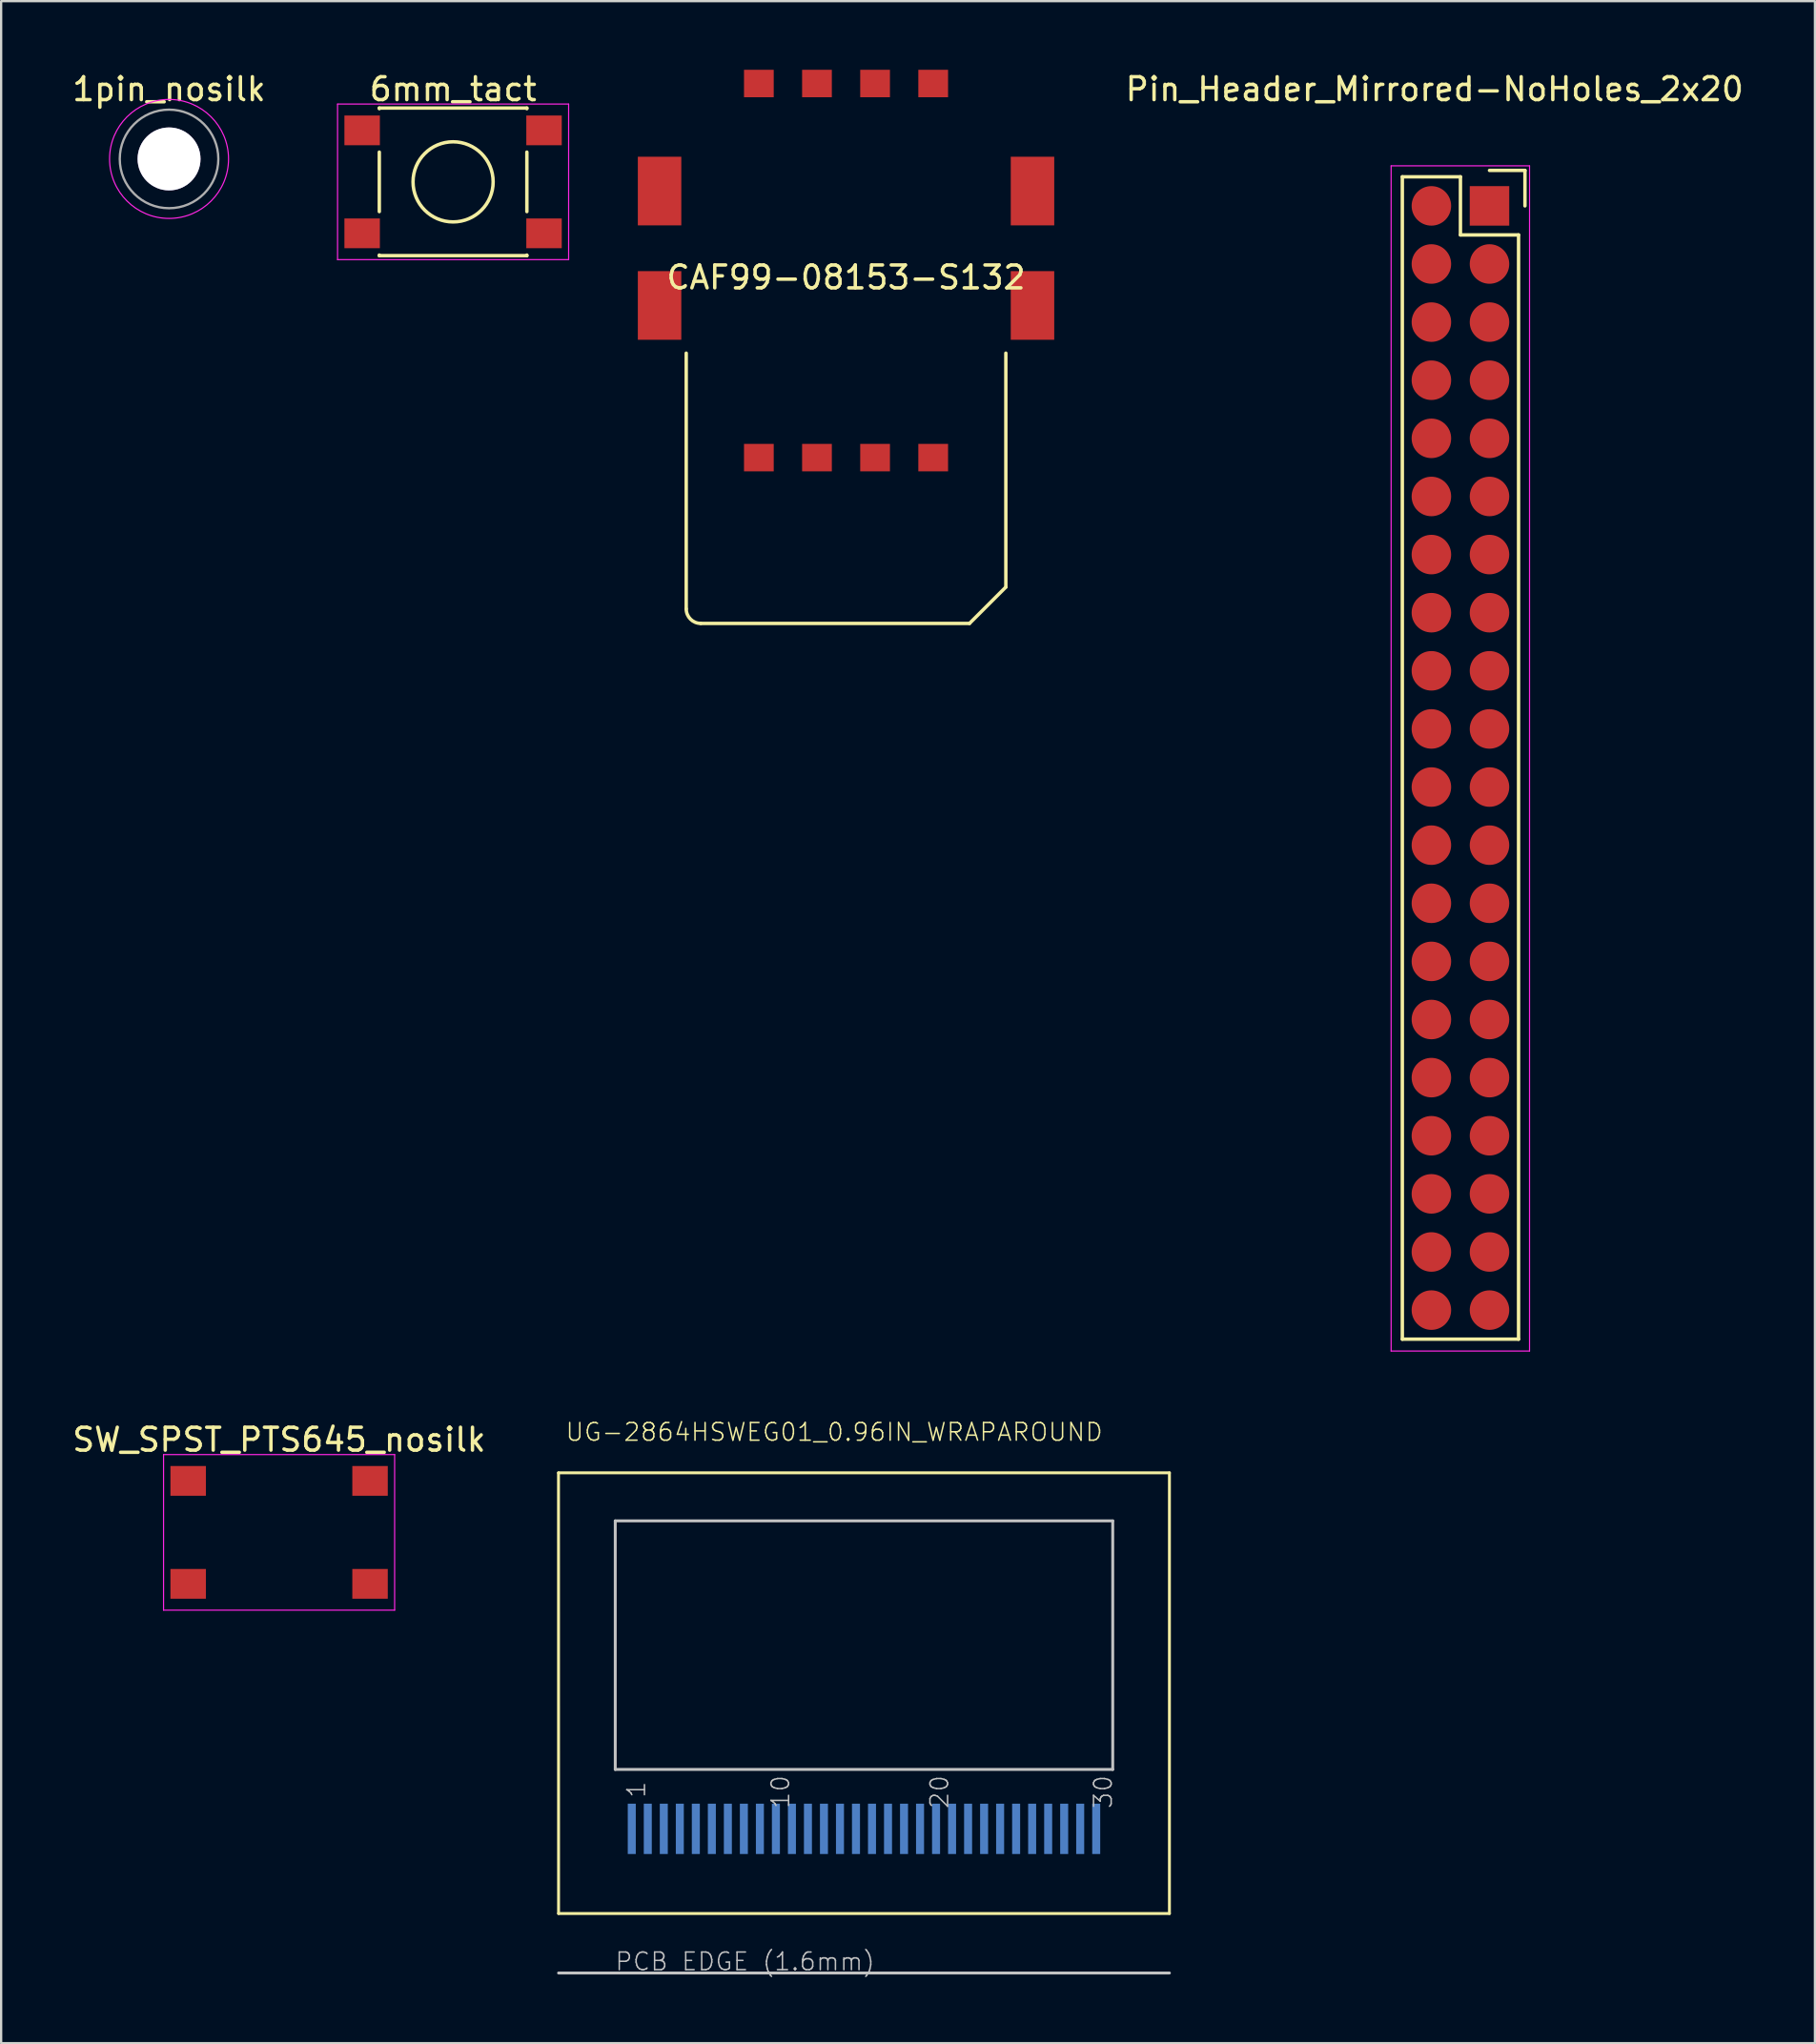
<source format=kicad_pcb>
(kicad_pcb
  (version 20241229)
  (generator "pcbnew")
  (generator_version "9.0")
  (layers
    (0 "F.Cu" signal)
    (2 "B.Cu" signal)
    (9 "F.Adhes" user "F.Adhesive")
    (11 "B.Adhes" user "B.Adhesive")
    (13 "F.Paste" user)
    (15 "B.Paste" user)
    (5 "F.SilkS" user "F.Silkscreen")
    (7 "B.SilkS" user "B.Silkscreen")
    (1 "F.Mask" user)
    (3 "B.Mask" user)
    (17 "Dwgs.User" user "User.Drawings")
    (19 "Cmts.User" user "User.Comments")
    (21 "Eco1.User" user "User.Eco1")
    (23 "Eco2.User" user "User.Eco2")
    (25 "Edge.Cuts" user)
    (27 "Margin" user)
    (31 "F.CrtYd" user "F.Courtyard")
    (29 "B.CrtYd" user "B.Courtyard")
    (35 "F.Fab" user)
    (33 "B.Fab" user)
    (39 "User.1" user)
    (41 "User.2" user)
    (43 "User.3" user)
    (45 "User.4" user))
  (footprint "SW_SPST_PTS645_nosilk"
    (layer "F.Cu")
    (at 9.149 63.922)
    (property "Reference" "SW_SPST_PTS645_nosilk" (at 0 -4.05 0) (layer "F.SilkS") (effects (font (size 1 1) (thickness 0.15))))
    (attr smd)
    (fp_line (start -5.05 -3.4) (end -5.05 3.4) (stroke (width 0.05) (type solid)) (layer "F.CrtYd"))
    (fp_line (start -5.05 -3.4) (end 5.05 -3.4) (stroke (width 0.05) (type solid)) (layer "F.CrtYd"))
    (fp_line (start -5.05 3.4) (end 5.05 3.4) (stroke (width 0.05) (type solid)) (layer "F.CrtYd"))
    (fp_line (start 5.05 3.4) (end 5.05 -3.4) (stroke (width 0.05) (type solid)) (layer "F.CrtYd"))
    (pad "1" smd rect (at -3.975 -2.25) (size 1.55 1.3) (layers "F.Cu" "F.Mask" "F.Paste"))
    (pad "1" smd rect (at 3.975 -2.25) (size 1.55 1.3) (layers "F.Cu" "F.Mask" "F.Paste"))
    (pad "2" smd rect (at -3.975 2.25) (size 1.55 1.3) (layers "F.Cu" "F.Mask" "F.Paste"))
    (pad "2" smd rect (at 3.975 2.25) (size 1.55 1.3) (layers "F.Cu" "F.Mask" "F.Paste")))
  (footprint "Pin_Header_Mirrored-NoHoles_2x20"
    (layer "F.Cu")
    (at 59.654 5.948)
    (property "Reference" "Pin_Header_Mirrored-NoHoles_2x20" (at 0 -5.1 0) (layer "F.SilkS") (effects (font (size 1 1) (thickness 0.15))))
    (attr through_hole)
    (fp_line (start -1.41 -1.27) (end 1.13 -1.27) (stroke (width 0.15) (type solid)) (layer "F.SilkS"))
    (fp_line (start -1.41 49.53) (end -1.41 -1.27) (stroke (width 0.15) (type solid)) (layer "F.SilkS"))
    (fp_line (start -1.41 49.53) (end 3.67 49.53) (stroke (width 0.15) (type solid)) (layer "F.SilkS"))
    (fp_line (start 1.13 -1.27) (end 1.13 1.27) (stroke (width 0.15) (type solid)) (layer "F.SilkS"))
    (fp_line (start 1.13 1.27) (end 3.67 1.27) (stroke (width 0.15) (type solid)) (layer "F.SilkS"))
    (fp_line (start 2.4 -1.55) (end 3.95 -1.55) (stroke (width 0.15) (type solid)) (layer "F.SilkS"))
    (fp_line (start 3.67 1.27) (end 3.67 49.53) (stroke (width 0.15) (type solid)) (layer "F.SilkS"))
    (fp_line (start 3.95 -1.55) (end 3.95 0) (stroke (width 0.15) (type solid)) (layer "F.SilkS"))
    (fp_line (start -1.9 -1.75) (end -1.9 50.05) (stroke (width 0.05) (type solid)) (layer "F.CrtYd"))
    (fp_line (start 4.15 -1.75) (end -1.9 -1.75) (stroke (width 0.05) (type solid)) (layer "F.CrtYd"))
    (fp_line (start 4.15 -1.75) (end 4.15 50.05) (stroke (width 0.05) (type solid)) (layer "F.CrtYd"))
    (fp_line (start 4.15 50.05) (end -1.9 50.05) (stroke (width 0.05) (type solid)) (layer "F.CrtYd"))
    (pad "1" smd rect (at 2.4 0 180) (size 1.727 1.727) (layers "F.Cu" "F.Mask" "F.Paste"))
    (pad "2" smd oval (at -0.14 0 180) (size 1.727 1.727) (layers "F.Cu" "F.Mask" "F.Paste"))
    (pad "3" smd oval (at 2.4 2.54 180) (size 1.727 1.727) (layers "F.Cu" "F.Mask" "F.Paste"))
    (pad "4" smd oval (at -0.14 2.54 180) (size 1.727 1.727) (layers "F.Cu" "F.Mask" "F.Paste"))
    (pad "5" smd oval (at 2.4 5.08 180) (size 1.727 1.727) (layers "F.Cu" "F.Mask" "F.Paste"))
    (pad "6" smd oval (at -0.14 5.08 180) (size 1.727 1.727) (layers "F.Cu" "F.Mask" "F.Paste"))
    (pad "7" smd oval (at 2.4 7.62 180) (size 1.727 1.727) (layers "F.Cu" "F.Mask" "F.Paste"))
    (pad "8" smd oval (at -0.14 7.62 180) (size 1.727 1.727) (layers "F.Cu" "F.Mask" "F.Paste"))
    (pad "9" smd oval (at 2.4 10.16 180) (size 1.727 1.727) (layers "F.Cu" "F.Mask" "F.Paste"))
    (pad "10" smd oval (at -0.14 10.16 180) (size 1.727 1.727) (layers "F.Cu" "F.Mask" "F.Paste"))
    (pad "11" smd oval (at 2.4 12.7 180) (size 1.727 1.727) (layers "F.Cu" "F.Mask" "F.Paste"))
    (pad "12" smd oval (at -0.14 12.7 180) (size 1.727 1.727) (layers "F.Cu" "F.Mask" "F.Paste"))
    (pad "13" smd oval (at 2.4 15.24 180) (size 1.727 1.727) (layers "F.Cu" "F.Mask" "F.Paste"))
    (pad "14" smd oval (at -0.14 15.24 180) (size 1.727 1.727) (layers "F.Cu" "F.Mask" "F.Paste"))
    (pad "15" smd oval (at 2.4 17.78 180) (size 1.727 1.727) (layers "F.Cu" "F.Mask" "F.Paste"))
    (pad "16" smd oval (at -0.14 17.78 180) (size 1.727 1.727) (layers "F.Cu" "F.Mask" "F.Paste"))
    (pad "17" smd oval (at 2.4 20.32 180) (size 1.727 1.727) (layers "F.Cu" "F.Mask" "F.Paste"))
    (pad "18" smd oval (at -0.14 20.32 180) (size 1.727 1.727) (layers "F.Cu" "F.Mask" "F.Paste"))
    (pad "19" smd oval (at 2.4 22.86 180) (size 1.727 1.727) (layers "F.Cu" "F.Mask" "F.Paste"))
    (pad "20" smd oval (at -0.14 22.86 180) (size 1.727 1.727) (layers "F.Cu" "F.Mask" "F.Paste"))
    (pad "21" smd oval (at 2.4 25.4 180) (size 1.727 1.727) (layers "F.Cu" "F.Mask" "F.Paste"))
    (pad "22" smd oval (at -0.14 25.4 180) (size 1.727 1.727) (layers "F.Cu" "F.Mask" "F.Paste"))
    (pad "23" smd oval (at 2.4 27.94 180) (size 1.727 1.727) (layers "F.Cu" "F.Mask" "F.Paste"))
    (pad "24" smd oval (at -0.14 27.94 180) (size 1.727 1.727) (layers "F.Cu" "F.Mask" "F.Paste"))
    (pad "25" smd oval (at 2.4 30.48 180) (size 1.727 1.727) (layers "F.Cu" "F.Mask" "F.Paste"))
    (pad "26" smd oval (at -0.14 30.48 180) (size 1.727 1.727) (layers "F.Cu" "F.Mask" "F.Paste"))
    (pad "27" smd oval (at 2.4 33.02 180) (size 1.727 1.727) (layers "F.Cu" "F.Mask" "F.Paste"))
    (pad "28" smd oval (at -0.14 33.02 180) (size 1.727 1.727) (layers "F.Cu" "F.Mask" "F.Paste"))
    (pad "29" smd oval (at 2.4 35.56 180) (size 1.727 1.727) (layers "F.Cu" "F.Mask" "F.Paste"))
    (pad "30" smd oval (at -0.14 35.56 180) (size 1.727 1.727) (layers "F.Cu" "F.Mask" "F.Paste"))
    (pad "31" smd oval (at 2.4 38.1 180) (size 1.727 1.727) (layers "F.Cu" "F.Mask" "F.Paste"))
    (pad "32" smd oval (at -0.14 38.1 180) (size 1.727 1.727) (layers "F.Cu" "F.Mask" "F.Paste"))
    (pad "33" smd oval (at 2.4 40.64 180) (size 1.727 1.727) (layers "F.Cu" "F.Mask" "F.Paste"))
    (pad "34" smd oval (at -0.14 40.64 180) (size 1.727 1.727) (layers "F.Cu" "F.Mask" "F.Paste"))
    (pad "35" smd oval (at 2.4 43.18 180) (size 1.727 1.727) (layers "F.Cu" "F.Mask" "F.Paste"))
    (pad "36" smd oval (at -0.14 43.18 180) (size 1.727 1.727) (layers "F.Cu" "F.Mask" "F.Paste"))
    (pad "37" smd oval (at 2.4 45.72 180) (size 1.727 1.727) (layers "F.Cu" "F.Mask" "F.Paste"))
    (pad "38" smd oval (at -0.14 45.72 180) (size 1.727 1.727) (layers "F.Cu" "F.Mask" "F.Paste"))
    (pad "39" smd oval (at 2.4 48.26 180) (size 1.727 1.727) (layers "F.Cu" "F.Mask" "F.Paste"))
    (pad "40" smd oval (at -0.14 48.26 180) (size 1.727 1.727) (layers "F.Cu" "F.Mask" "F.Paste")))
  (footprint "1pin_nosilk"
    (layer "F.Cu")
    (at 4.339 3.896)
    (property "Reference" "1pin_nosilk" (at 0 -3.048 0) (layer "F.SilkS") (effects (font (size 1 1) (thickness 0.15))))
    (attr through_hole)
    (fp_circle (center 0 0) (end 2.6 0) (stroke (width 0.05) (type solid)) (fill no) (layer "F.CrtYd"))
    (fp_circle (center 0 0) (end 2 0.8) (stroke (width 0.1) (type solid)) (fill no) (layer "F.Fab"))
    (pad "1" thru_hole circle (at 0 0) (size 2.75 2.75) (drill 2.75) (layers "*.Cu" "*.Mask")))
  (footprint "UG-2864HSWEG01_0.96IN_WRAPAROUND"
    (layer "F.Cu")
    (at 34.714 75.68)
    (property "Reference" "UG-2864HSWEG01_0.96IN_WRAPAROUND" (at -13.09 -15.69 0) (layer "F.SilkS") (effects (font (size 0.772 0.772) (thickness 0.065)) (justify left bottom)))
    (attr through_hole)
    (fp_line (start -13.353 -14.36) (end 13.35 -14.36) (stroke (width 0.127) (type solid)) (layer "F.SilkS"))
    (fp_line (start -13.35 4.9) (end -13.353 -14.36) (stroke (width 0.127) (type solid)) (layer "F.SilkS"))
    (fp_line (start 13.35 -14.36) (end 13.35 4.9) (stroke (width 0.127) (type solid)) (layer "F.SilkS"))
    (fp_line (start 13.35 4.9) (end -13.35 4.9) (stroke (width 0.127) (type solid)) (layer "F.SilkS"))
    (fp_line (start -10.872 -12.26) (end 10.872 -12.26) (stroke (width 0.127) (type solid)) (layer "Dwgs.User"))
    (fp_line (start -10.872 -1.396) (end -10.872 -12.26) (stroke (width 0.127) (type solid)) (layer "Dwgs.User"))
    (fp_line (start 10.872 -12.26) (end 10.872 -1.396) (stroke (width 0.127) (type solid)) (layer "Dwgs.User"))
    (fp_line (start 10.872 -1.396) (end -10.872 -1.396) (stroke (width 0.127) (type solid)) (layer "Dwgs.User"))
    (fp_line (start 13.35 7.5) (end -13.35 7.5) (stroke (width 0.127) (type solid)) (layer "Dwgs.User"))
    (fp_text user "20" (at 3.3 -0.412 90) (layer "Dwgs.User") (effects (font (size 0.772 0.772) (thickness 0.065))))
    (fp_text user "30" (at 10.45 -0.412 90) (layer "Dwgs.User") (effects (font (size 0.772 0.772) (thickness 0.065))))
    (fp_text user "PCB EDGE (1.6mm)" (at -5.2 7 0) (layer "Dwgs.User") (effects (font (size 0.772 0.772) (thickness 0.065))))
    (fp_text user "1" (at -9.95 -0.512 90) (layer "Dwgs.User") (effects (font (size 0.772 0.772) (thickness 0.065))))
    (fp_text user "10" (at -3.65 -0.412 90) (layer "Dwgs.User") (effects (font (size 0.772 0.772) (thickness 0.065))))
    (pad "1" smd rect (at -10.15 1.2 90) (size 2.2 0.35) (layers "B.Cu" "B.Mask" "B.Paste"))
    (pad "2" smd rect (at -9.45 1.2 90) (size 2.2 0.35) (layers "B.Cu" "B.Mask" "B.Paste"))
    (pad "3" smd rect (at -8.75 1.2 90) (size 2.2 0.35) (layers "B.Cu" "B.Mask" "B.Paste"))
    (pad "4" smd rect (at -8.05 1.2 90) (size 2.2 0.35) (layers "B.Cu" "B.Mask" "B.Paste"))
    (pad "5" smd rect (at -7.35 1.2 90) (size 2.2 0.35) (layers "B.Cu" "B.Mask" "B.Paste"))
    (pad "6" smd rect (at -6.65 1.2 90) (size 2.2 0.35) (layers "B.Cu" "B.Mask" "B.Paste"))
    (pad "7" smd rect (at -5.95 1.2 90) (size 2.2 0.35) (layers "B.Cu" "B.Mask" "B.Paste"))
    (pad "8" smd rect (at -5.25 1.2 90) (size 2.2 0.35) (layers "B.Cu" "B.Mask" "B.Paste"))
    (pad "9" smd rect (at -4.55 1.2 90) (size 2.2 0.35) (layers "B.Cu" "B.Mask" "B.Paste"))
    (pad "10" smd rect (at -3.85 1.2 90) (size 2.2 0.35) (layers "B.Cu" "B.Mask" "B.Paste"))
    (pad "11" smd rect (at -3.15 1.2 90) (size 2.2 0.35) (layers "B.Cu" "B.Mask" "B.Paste"))
    (pad "12" smd rect (at -2.45 1.2 90) (size 2.2 0.35) (layers "B.Cu" "B.Mask" "B.Paste"))
    (pad "13" smd rect (at -1.75 1.2 90) (size 2.2 0.35) (layers "B.Cu" "B.Mask" "B.Paste"))
    (pad "14" smd rect (at -1.05 1.2 90) (size 2.2 0.35) (layers "B.Cu" "B.Mask" "B.Paste"))
    (pad "15" smd rect (at -0.35 1.2 90) (size 2.2 0.35) (layers "B.Cu" "B.Mask" "B.Paste"))
    (pad "16" smd rect (at 0.35 1.2 90) (size 2.2 0.35) (layers "B.Cu" "B.Mask" "B.Paste"))
    (pad "17" smd rect (at 1.05 1.2 90) (size 2.2 0.35) (layers "B.Cu" "B.Mask" "B.Paste"))
    (pad "18" smd rect (at 1.75 1.2 90) (size 2.2 0.35) (layers "B.Cu" "B.Mask" "B.Paste"))
    (pad "19" smd rect (at 2.45 1.2 90) (size 2.2 0.35) (layers "B.Cu" "B.Mask" "B.Paste"))
    (pad "20" smd rect (at 3.15 1.2 90) (size 2.2 0.35) (layers "B.Cu" "B.Mask" "B.Paste"))
    (pad "21" smd rect (at 3.85 1.2 90) (size 2.2 0.35) (layers "B.Cu" "B.Mask" "B.Paste"))
    (pad "22" smd rect (at 4.55 1.2 90) (size 2.2 0.35) (layers "B.Cu" "B.Mask" "B.Paste"))
    (pad "23" smd rect (at 5.25 1.2 90) (size 2.2 0.35) (layers "B.Cu" "B.Mask" "B.Paste"))
    (pad "24" smd rect (at 5.95 1.2 90) (size 2.2 0.35) (layers "B.Cu" "B.Mask" "B.Paste"))
    (pad "25" smd rect (at 6.65 1.2 90) (size 2.2 0.35) (layers "B.Cu" "B.Mask" "B.Paste"))
    (pad "26" smd rect (at 7.35 1.2 90) (size 2.2 0.35) (layers "B.Cu" "B.Mask" "B.Paste"))
    (pad "27" smd rect (at 8.05 1.2 90) (size 2.2 0.35) (layers "B.Cu" "B.Mask" "B.Paste"))
    (pad "28" smd rect (at 8.75 1.2 90) (size 2.2 0.35) (layers "B.Cu" "B.Mask" "B.Paste"))
    (pad "29" smd rect (at 9.45 1.2 90) (size 2.2 0.35) (layers "B.Cu" "B.Mask" "B.Paste"))
    (pad "30" smd rect (at 10.15 1.2 90) (size 2.2 0.35) (layers "B.Cu" "B.Mask" "B.Paste")))
  (footprint "CAF99-08153-S132"
    (layer "F.Cu")
    (at 33.929 8.575)
    (property "Reference" "CAF99-08153-S132" (at 0 0.5 0) (layer "F.SilkS") (effects (font (size 1 1) (thickness 0.15))))
    (attr through_hole)
    (fp_line (start -6.985 3.81) (end -6.985 14.986) (stroke (width 0.15) (type solid)) (layer "F.SilkS"))
    (fp_line (start -6.35 15.621) (end 5.4 15.621) (stroke (width 0.15) (type solid)) (layer "F.SilkS"))
    (fp_line (start 5.397 15.621) (end 6.986 14.032) (stroke (width 0.15) (type solid)) (layer "F.SilkS"))
    (fp_line (start 6.985 3.81) (end 6.985 14.034) (stroke (width 0.15) (type solid)) (layer "F.SilkS"))
    (fp_arc (start -6.35 15.621) (mid -6.799013 15.435013) (end -6.985 14.986) (stroke (width 0.15) (type solid)) (layer "F.SilkS"))
    (pad "" connect rect (at -8.15 -3.275) (size 1.9 3) (layers "F.Cu" "F.Mask"))
    (pad "" connect rect (at -8.15 1.725) (size 1.9 3) (layers "F.Cu" "F.Mask"))
    (pad "" connect rect (at 8.15 -3.275) (size 1.9 3) (layers "F.Cu" "F.Mask"))
    (pad "" connect rect (at 8.15 1.725) (size 1.9 3) (layers "F.Cu" "F.Mask"))
    (pad "1" smd rect (at -3.81 -7.975) (size 1.3 1.2) (layers "F.Cu" "F.Mask" "F.Paste"))
    (pad "2" smd rect (at -1.27 -7.975) (size 1.3 1.2) (layers "F.Cu" "F.Mask" "F.Paste"))
    (pad "3" smd rect (at 1.27 -7.975) (size 1.3 1.2) (layers "F.Cu" "F.Mask" "F.Paste"))
    (pad "4" smd rect (at 3.81 -7.975) (size 1.3 1.2) (layers "F.Cu" "F.Mask" "F.Paste"))
    (pad "5" smd rect (at -3.81 8.375) (size 1.3 1.2) (layers "F.Cu" "F.Mask" "F.Paste"))
    (pad "6" smd rect (at -1.27 8.375) (size 1.3 1.2) (layers "F.Cu" "F.Mask" "F.Paste"))
    (pad "7" smd rect (at 1.27 8.375) (size 1.3 1.2) (layers "F.Cu" "F.Mask" "F.Paste"))
    (pad "8" smd rect (at 3.81 8.375) (size 1.3 1.2) (layers "F.Cu" "F.Mask" "F.Paste")))
  (footprint "6mm_tact"
    (layer "F.Cu")
    (at 16.754 4.898)
    (property "Reference" "6mm_tact" (at 0 -4.05 0) (layer "F.SilkS") (effects (font (size 1 1) (thickness 0.15))))
    (attr smd)
    (fp_line (start -3.225 -3.225) (end 3.225 -3.225) (stroke (width 0.15) (type solid)) (layer "F.SilkS"))
    (fp_line (start -3.225 -3.2) (end -3.225 -3.225) (stroke (width 0.15) (type solid)) (layer "F.SilkS"))
    (fp_line (start -3.225 -1.3) (end -3.225 1.3) (stroke (width 0.15) (type solid)) (layer "F.SilkS"))
    (fp_line (start -3.225 3.225) (end -3.225 3.2) (stroke (width 0.15) (type solid)) (layer "F.SilkS"))
    (fp_line (start -3.225 3.225) (end 3.225 3.225) (stroke (width 0.15) (type solid)) (layer "F.SilkS"))
    (fp_line (start 3.225 -3.225) (end 3.225 -3.2) (stroke (width 0.15) (type solid)) (layer "F.SilkS"))
    (fp_line (start 3.225 -1.3) (end 3.225 1.3) (stroke (width 0.15) (type solid)) (layer "F.SilkS"))
    (fp_line (start 3.225 3.225) (end 3.225 3.2) (stroke (width 0.15) (type solid)) (layer "F.SilkS"))
    (fp_circle (center 0 0) (end 1.75 -0.05) (stroke (width 0.15) (type solid)) (fill no) (layer "F.SilkS"))
    (fp_line (start -5.05 -3.4) (end -5.05 3.4) (stroke (width 0.05) (type solid)) (layer "F.CrtYd"))
    (fp_line (start -5.05 -3.4) (end 5.05 -3.4) (stroke (width 0.05) (type solid)) (layer "F.CrtYd"))
    (fp_line (start -5.05 3.4) (end 5.05 3.4) (stroke (width 0.05) (type solid)) (layer "F.CrtYd"))
    (fp_line (start 5.05 3.4) (end 5.05 -3.4) (stroke (width 0.05) (type solid)) (layer "F.CrtYd"))
    (pad "0" smd rect (at -3.975 2.25) (size 1.55 1.3) (layers "F.Cu" "F.Mask" "F.Paste"))
    (pad "0" smd rect (at 3.975 -2.25) (size 1.55 1.3) (layers "F.Cu" "F.Mask" "F.Paste"))
    (pad "1" smd rect (at -3.975 -2.25) (size 1.55 1.3) (layers "F.Cu" "F.Mask" "F.Paste"))
    (pad "2" smd rect (at 3.975 2.25) (size 1.55 1.3) (layers "F.Cu" "F.Mask" "F.Paste")))
  (gr_rect
    (start -3 -3)
    (end 76.279 86.246)
    (stroke (width 0.1) (type default))
    (fill no)
    (layer "Edge.Cuts")))
</source>
